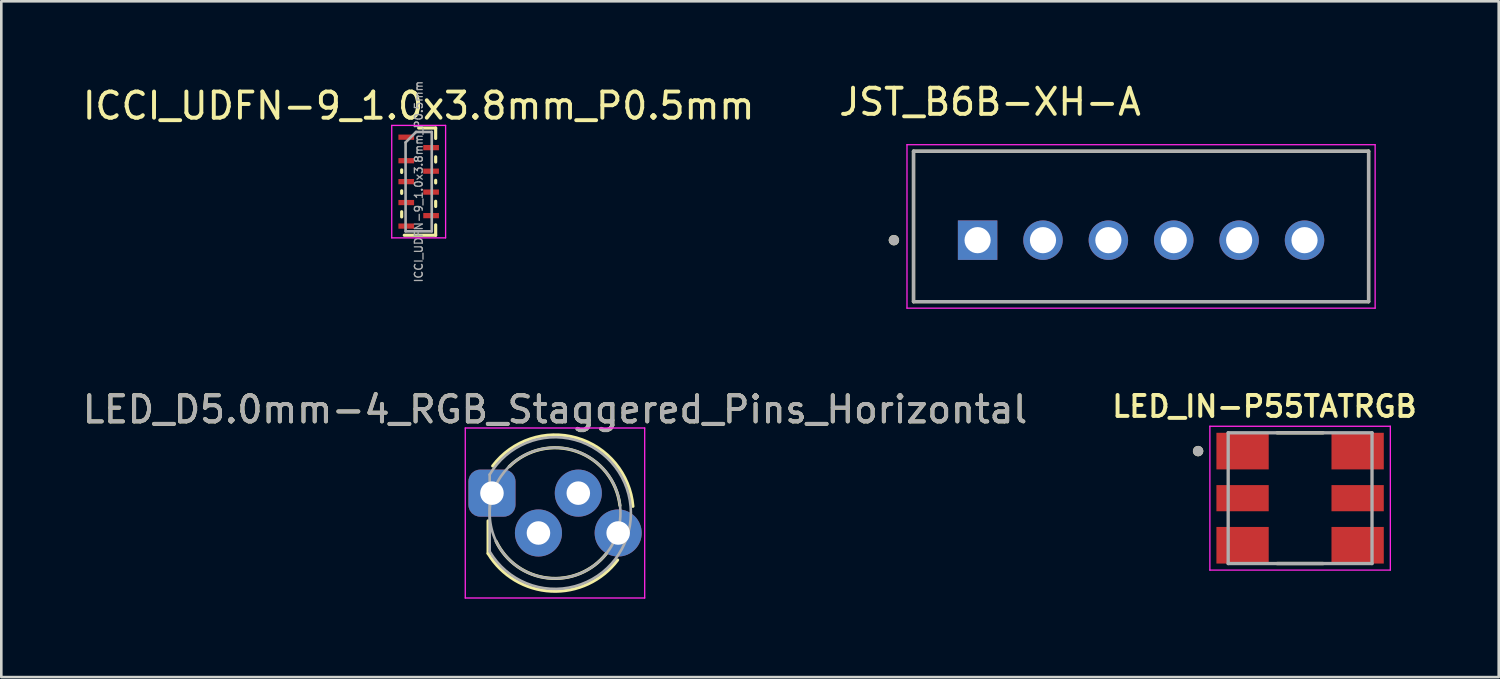
<source format=kicad_pcb>
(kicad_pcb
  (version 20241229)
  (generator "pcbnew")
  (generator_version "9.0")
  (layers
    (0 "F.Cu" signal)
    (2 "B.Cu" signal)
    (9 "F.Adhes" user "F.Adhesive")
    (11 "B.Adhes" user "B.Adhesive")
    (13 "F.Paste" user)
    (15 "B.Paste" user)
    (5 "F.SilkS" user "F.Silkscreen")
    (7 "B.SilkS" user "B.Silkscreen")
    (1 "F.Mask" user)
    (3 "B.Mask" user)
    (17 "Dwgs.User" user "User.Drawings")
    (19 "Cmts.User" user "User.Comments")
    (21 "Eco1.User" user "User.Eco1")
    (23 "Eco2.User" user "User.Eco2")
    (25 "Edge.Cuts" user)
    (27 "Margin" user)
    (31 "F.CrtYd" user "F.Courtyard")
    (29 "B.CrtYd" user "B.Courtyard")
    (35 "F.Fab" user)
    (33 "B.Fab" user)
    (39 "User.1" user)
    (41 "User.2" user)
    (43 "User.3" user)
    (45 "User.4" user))
  (footprint "JST_B6B-XH-A"
    (layer "F.Cu")
    (at 40.579 5.608)
    (property "Reference" "JST_B6B-XH-A" (at -5.775 -4.76 0) (layer "F.SilkS") (effects (font (size 1 1) (thickness 0.15))))
    (attr through_hole)
    (fp_line (start -8.7 -2.875) (end 8.7 -2.875) (stroke (width 0.127) (type solid)) (layer "F.SilkS"))
    (fp_line (start -8.7 2.875) (end -8.7 -2.875) (stroke (width 0.127) (type solid)) (layer "F.SilkS"))
    (fp_line (start 8.7 -2.875) (end 8.7 2.875) (stroke (width 0.127) (type solid)) (layer "F.SilkS"))
    (fp_line (start 8.7 2.875) (end -8.7 2.875) (stroke (width 0.127) (type solid)) (layer "F.SilkS"))
    (fp_circle (center -9.45 0.525) (end -9.35 0.525) (stroke (width 0.2) (type solid)) (fill no) (layer "F.SilkS"))
    (fp_line (start -8.95 -3.125) (end -8.95 3.125) (stroke (width 0.05) (type solid)) (layer "F.CrtYd"))
    (fp_line (start -8.95 3.125) (end 8.95 3.125) (stroke (width 0.05) (type solid)) (layer "F.CrtYd"))
    (fp_line (start 8.95 -3.125) (end -8.95 -3.125) (stroke (width 0.05) (type solid)) (layer "F.CrtYd"))
    (fp_line (start 8.95 3.125) (end 8.95 -3.125) (stroke (width 0.05) (type solid)) (layer "F.CrtYd"))
    (fp_line (start -8.7 -2.875) (end 8.7 -2.875) (stroke (width 0.127) (type solid)) (layer "F.Fab"))
    (fp_line (start -8.7 2.875) (end -8.7 -2.875) (stroke (width 0.127) (type solid)) (layer "F.Fab"))
    (fp_line (start 8.7 -2.875) (end 8.7 2.875) (stroke (width 0.127) (type solid)) (layer "F.Fab"))
    (fp_line (start 8.7 2.875) (end -8.7 2.875) (stroke (width 0.127) (type solid)) (layer "F.Fab"))
    (fp_circle (center -9.45 0.525) (end -9.35 0.525) (stroke (width 0.2) (type solid)) (fill no) (layer "F.Fab"))
    (pad "1" thru_hole rect (at -6.25 0.525) (size 1.508 1.508) (drill 1) (layers "*.Cu" "*.Mask"))
    (pad "2" thru_hole circle (at -3.75 0.525) (size 1.508 1.508) (drill 1) (layers "*.Cu" "*.Mask"))
    (pad "3" thru_hole circle (at -1.25 0.525) (size 1.508 1.508) (drill 1) (layers "*.Cu" "*.Mask"))
    (pad "4" thru_hole circle (at 1.25 0.525) (size 1.508 1.508) (drill 1) (layers "*.Cu" "*.Mask"))
    (pad "5" thru_hole circle (at 3.75 0.525) (size 1.508 1.508) (drill 1) (layers "*.Cu" "*.Mask"))
    (pad "6" thru_hole circle (at 6.25 0.525) (size 1.508 1.508) (drill 1) (layers "*.Cu" "*.Mask")))
  (footprint "LED_IN-P55TATRGB"
    (layer "F.Cu")
    (at 46.66 15.998)
    (property "Reference" "LED_IN-P55TATRGB" (at -1.36 -3.508 0) (layer "F.SilkS") (effects (font (size 0.8 0.8) (thickness 0.15))))
    (attr through_hole)
    (fp_line (start -0.88 -2.5) (end 0.88 -2.5) (stroke (width 0.127) (type solid)) (layer "F.SilkS"))
    (fp_line (start -0.88 2.5) (end 0.88 2.5) (stroke (width 0.127) (type solid)) (layer "F.SilkS"))
    (fp_circle (center -3.9 -1.8) (end -3.8 -1.8) (stroke (width 0.2) (type solid)) (fill no) (layer "F.SilkS"))
    (fp_line (start -3.45 -2.75) (end -3.45 2.75) (stroke (width 0.05) (type solid)) (layer "F.CrtYd"))
    (fp_line (start -3.45 -2.75) (end 3.45 -2.75) (stroke (width 0.05) (type solid)) (layer "F.CrtYd"))
    (fp_line (start -3.45 2.75) (end 3.45 2.75) (stroke (width 0.05) (type solid)) (layer "F.CrtYd"))
    (fp_line (start 3.45 -2.75) (end 3.45 2.75) (stroke (width 0.05) (type solid)) (layer "F.CrtYd"))
    (fp_line (start -2.75 -2.5) (end -2.75 2.5) (stroke (width 0.127) (type solid)) (layer "F.Fab"))
    (fp_line (start -2.75 -2.5) (end 2.75 -2.5) (stroke (width 0.127) (type solid)) (layer "F.Fab"))
    (fp_line (start -2.75 2.5) (end 2.75 2.5) (stroke (width 0.127) (type solid)) (layer "F.Fab"))
    (fp_line (start 2.75 -2.5) (end 2.75 2.5) (stroke (width 0.127) (type solid)) (layer "F.Fab"))
    (fp_circle (center -3.9 -1.8) (end -3.8 -1.8) (stroke (width 0.2) (type solid)) (fill no) (layer "F.Fab"))
    (pad "1" smd rect (at -2.2 -1.8) (size 2 1.4) (layers "F.Cu" "F.Mask" "F.Paste"))
    (pad "2" smd rect (at -2.2 0) (size 2 1) (layers "F.Cu" "F.Mask" "F.Paste"))
    (pad "3" smd rect (at -2.2 1.8) (size 2 1.4) (layers "F.Cu" "F.Mask" "F.Paste"))
    (pad "4" smd rect (at 2.2 1.8) (size 2 1.4) (layers "F.Cu" "F.Mask" "F.Paste"))
    (pad "5" smd rect (at 2.2 0) (size 2 1) (layers "F.Cu" "F.Mask" "F.Paste"))
    (pad "6" smd rect (at 2.2 -1.8) (size 2 1.4) (layers "F.Cu" "F.Mask" "F.Paste")))
  (footprint "LED_D5.0mm-4_RGB_Staggered_Pins_Horizontal"
    (layer "F.Cu")
    (at 15.76 15.805)
    (property "Reference" "LED_D5.0mm-4_RGB_Staggered_Pins_Horizontal" (at 2.413 -3.198 0) (layer "F.SilkS") (effects (font (size 1 1) (thickness 0.15))))
    (attr through_hole)
    (fp_line (start -0.147 1.061) (end -0.147 2.307) (stroke (width 0.12) (type solid)) (layer "F.SilkS"))
    (fp_arc (start 0.028 -1.038) (mid 3.238737 -2.109652) (end 5.389836 0.503784) (stroke (width 0.12) (type solid)) (layer "F.SilkS"))
    (fp_arc (start 0.660401 -1.015999) (mid 3.242766 -1.592649) (end 4.89309 0.475579) (stroke (width 0.12) (type solid)) (layer "F.SilkS"))
    (fp_arc (start 4.372086 2.315056) (mid 2.134091 3.246393) (end 0.158316 1.842) (stroke (width 0.12) (type solid)) (layer "F.SilkS"))
    (fp_arc (start 4.804334 2.556887) (mid 2.262188 3.748194) (end -0.147 2.30683) (stroke (width 0.12) (type solid)) (layer "F.SilkS"))
    (fp_line (start -1.02 -2.49) (end 5.84 -2.49) (stroke (width 0.05) (type solid)) (layer "F.CrtYd"))
    (fp_line (start -1.02 4.01) (end -1.02 -2.49) (stroke (width 0.05) (type solid)) (layer "F.CrtYd"))
    (fp_line (start 5.84 -2.49) (end 5.84 4.01) (stroke (width 0.05) (type solid)) (layer "F.CrtYd"))
    (fp_line (start 5.84 4.01) (end -1.02 4.01) (stroke (width 0.05) (type solid)) (layer "F.CrtYd"))
    (fp_line (start -0.087 -0.708) (end -0.087 2.232) (stroke (width 0.1) (type solid)) (layer "F.Fab"))
    (fp_arc (start -0.087 -0.707694) (mid 5.313 0.762016) (end -0.087016 2.231666) (stroke (width 0.1) (type solid)) (layer "F.Fab"))
    (fp_circle (center 2.413 0.762) (end 4.913 0.762) (stroke (width 0.1) (type solid)) (fill no) (layer "F.Fab"))
    (fp_text user "${REFERENCE}" (at 2.413 -3.198 0) (layer "F.Fab") (effects (font (size 1 1) (thickness 0.15))))
    (pad "1" thru_hole roundrect (at 0 0) (size 1.8 1.8) (drill 0.9) (layers "*.Cu" "*.Mask") (roundrect_rratio 0.25))
    (pad "2" thru_hole circle (at 1.778 1.524) (size 1.8 1.8) (drill 0.9) (layers "*.Cu" "*.Mask"))
    (pad "3" thru_hole circle (at 3.302 0) (size 1.8 1.8) (drill 0.9) (layers "*.Cu" "*.Mask"))
    (pad "4" thru_hole circle (at 4.826 1.524) (size 1.8 1.8) (drill 0.9) (layers "*.Cu" "*.Mask")))
  (footprint "ICCI_UDFN-9_1.0x3.8mm_P0.5mm"
    (layer "F.Cu")
    (at 12.958 3.895)
    (property "Reference" "ICCI_UDFN-9_1.0x3.8mm_P0.5mm" (at 0 -2.9 0) (layer "F.SilkS") (effects (font (size 1 1) (thickness 0.15))))
    (attr smd)
    (fp_line (start -0.65 -0.45) (end -0.65 -0.35) (stroke (width 0.12) (type solid)) (layer "F.SilkS"))
    (fp_line (start -0.65 0.35) (end -0.65 0.45) (stroke (width 0.12) (type solid)) (layer "F.SilkS"))
    (fp_line (start -0.65 1.15) (end -0.65 1.35) (stroke (width 0.12) (type solid)) (layer "F.SilkS"))
    (fp_line (start 0.65 -2.05) (end 0 -2.05) (stroke (width 0.12) (type solid)) (layer "F.SilkS"))
    (fp_line (start 0.65 -1.65) (end 0.65 -2.05) (stroke (width 0.12) (type solid)) (layer "F.SilkS"))
    (fp_line (start 0.65 -0.95) (end 0.65 -0.75) (stroke (width 0.12) (type solid)) (layer "F.SilkS"))
    (fp_line (start 0.65 -0.05) (end 0.65 0.05) (stroke (width 0.12) (type solid)) (layer "F.SilkS"))
    (fp_line (start 0.65 0.75) (end 0.65 0.95) (stroke (width 0.12) (type solid)) (layer "F.SilkS"))
    (fp_line (start 0.65 1.65) (end 0.65 2.05) (stroke (width 0.12) (type solid)) (layer "F.SilkS"))
    (fp_line (start 0.65 2.05) (end -0.55 2.05) (stroke (width 0.12) (type solid)) (layer "F.SilkS"))
    (fp_line (start -1.03 -2.15) (end -1.03 2.15) (stroke (width 0.05) (type solid)) (layer "F.CrtYd"))
    (fp_line (start -1.03 2.15) (end 1.03 2.15) (stroke (width 0.05) (type solid)) (layer "F.CrtYd"))
    (fp_line (start 1.03 -2.15) (end -1.03 -2.15) (stroke (width 0.05) (type solid)) (layer "F.CrtYd"))
    (fp_line (start 1.03 2.15) (end 1.03 -2.15) (stroke (width 0.05) (type solid)) (layer "F.CrtYd"))
    (fp_line (start -0.5 -1.5) (end -0.5 1.9) (stroke (width 0.1) (type solid)) (layer "F.Fab"))
    (fp_line (start -0.5 1.9) (end 0.5 1.9) (stroke (width 0.1) (type solid)) (layer "F.Fab"))
    (fp_line (start -0.1 -1.9) (end -0.5 -1.5) (stroke (width 0.1) (type solid)) (layer "F.Fab"))
    (fp_line (start 0.5 -1.9) (end -0.1 -1.9) (stroke (width 0.1) (type solid)) (layer "F.Fab"))
    (fp_line (start 0.5 1.9) (end 0.5 -1.9) (stroke (width 0.1) (type solid)) (layer "F.Fab"))
    (fp_text user "${REFERENCE}" (at 0 0 90) (layer "F.Fab") (effects (font (size 0.3 0.3) (thickness 0.05))))
    (pad "1" smd rect (at -0.475 -1.7) (size 0.6 0.2) (layers "F.Cu" "F.Mask" "F.Paste"))
    (pad "2" smd rect (at -0.475 -0.8) (size 0.6 0.2) (layers "F.Cu" "F.Mask" "F.Paste"))
    (pad "3" smd rect (at -0.475 0) (size 0.6 0.2) (layers "F.Cu" "F.Mask" "F.Paste"))
    (pad "4" smd rect (at -0.475 0.8) (size 0.6 0.2) (layers "F.Cu" "F.Mask" "F.Paste"))
    (pad "5" smd rect (at -0.475 1.7) (size 0.6 0.2) (layers "F.Cu" "F.Mask" "F.Paste"))
    (pad "6" smd rect (at 0.475 1.3) (size 0.6 0.2) (layers "F.Cu" "F.Mask" "F.Paste"))
    (pad "7" smd rect (at 0.475 0.4) (size 0.6 0.2) (layers "F.Cu" "F.Mask" "F.Paste"))
    (pad "8" smd rect (at 0.475 -0.4) (size 0.6 0.2) (layers "F.Cu" "F.Mask" "F.Paste"))
    (pad "9" smd rect (at 0.475 -1.3) (size 0.6 0.2) (layers "F.Cu" "F.Mask" "F.Paste")))
  (gr_rect
    (start -3 -3)
    (end 54.254 22.84)
    (stroke (width 0.1) (type default))
    (fill no)
    (layer "Edge.Cuts")))
</source>
